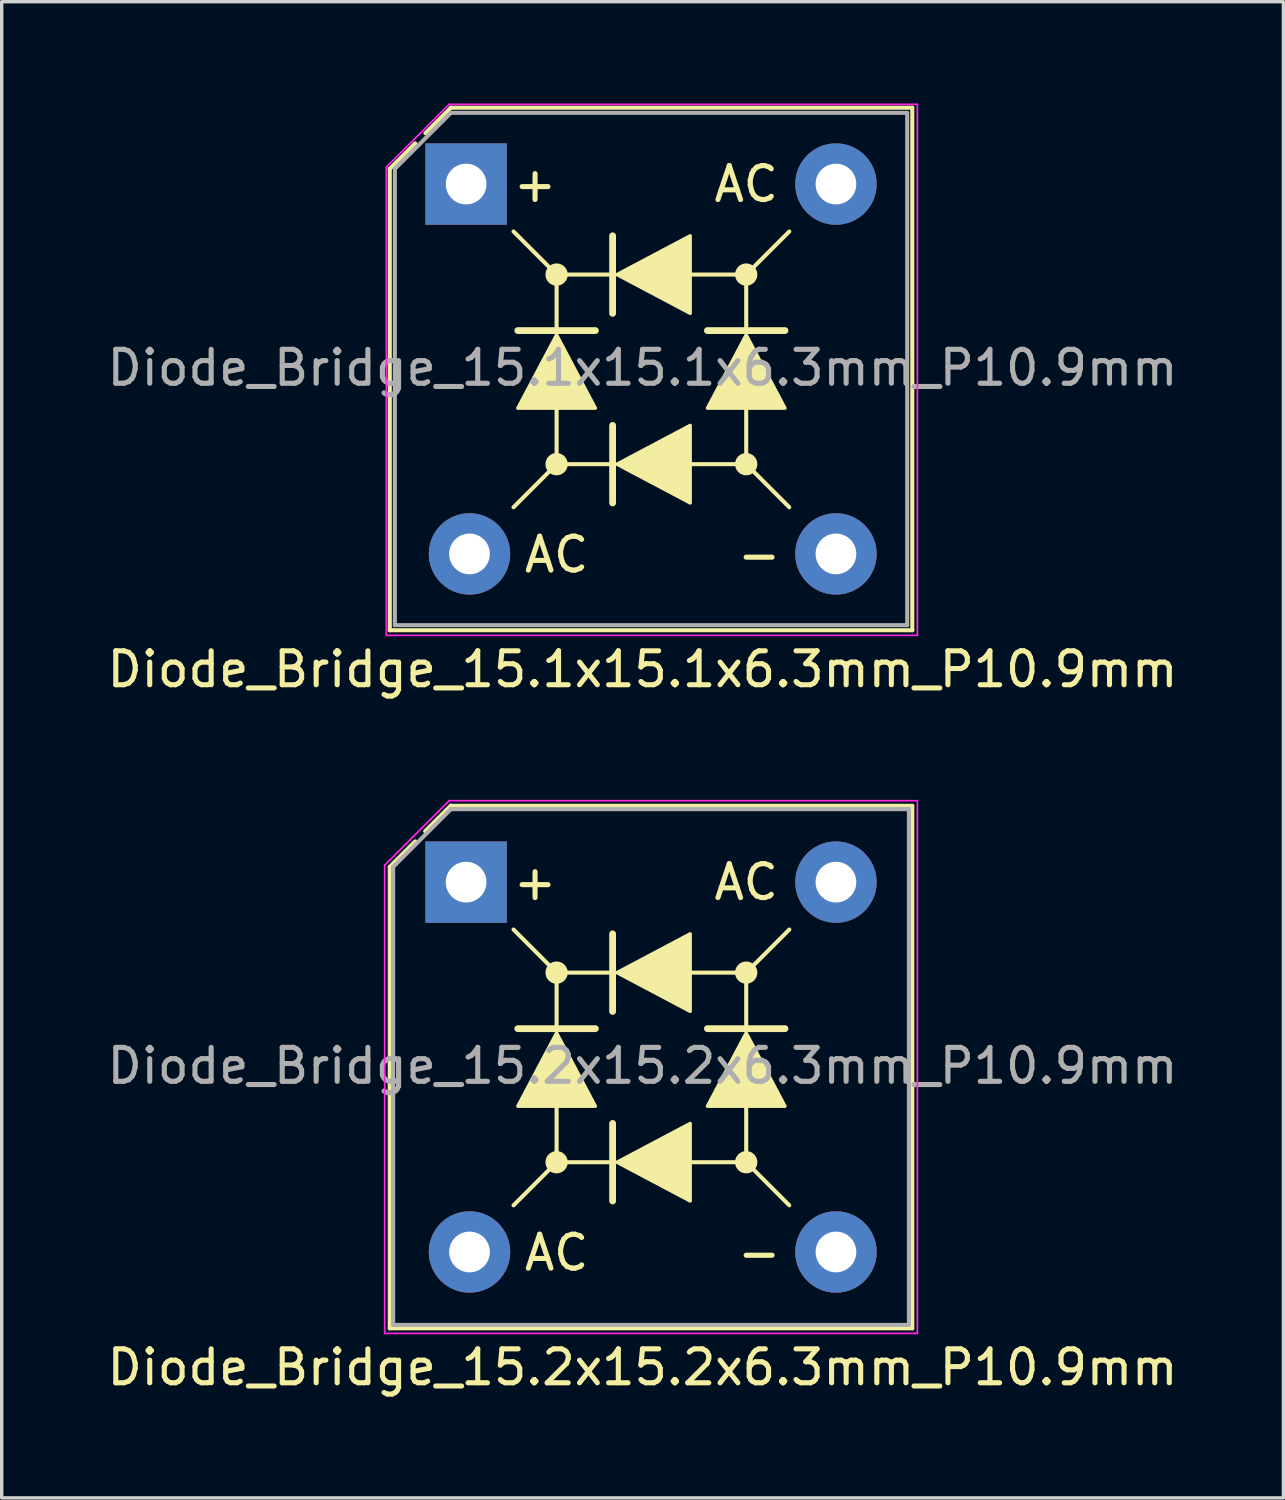
<source format=kicad_pcb>
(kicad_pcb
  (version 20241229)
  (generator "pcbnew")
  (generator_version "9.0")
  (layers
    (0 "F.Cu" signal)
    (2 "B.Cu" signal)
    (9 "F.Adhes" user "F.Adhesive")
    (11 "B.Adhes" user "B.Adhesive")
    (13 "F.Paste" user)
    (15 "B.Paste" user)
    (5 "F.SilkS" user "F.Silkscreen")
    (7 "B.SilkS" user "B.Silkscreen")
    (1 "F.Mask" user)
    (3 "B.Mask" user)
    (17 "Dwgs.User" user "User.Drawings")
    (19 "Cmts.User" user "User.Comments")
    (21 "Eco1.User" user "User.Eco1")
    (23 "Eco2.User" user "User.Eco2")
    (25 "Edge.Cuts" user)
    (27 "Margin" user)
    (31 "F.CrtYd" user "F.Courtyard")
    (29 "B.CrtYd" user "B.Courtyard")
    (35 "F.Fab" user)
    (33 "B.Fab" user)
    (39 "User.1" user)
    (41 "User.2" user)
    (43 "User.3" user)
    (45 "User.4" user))
  (footprint "Diode_Bridge_15.1x15.1x6.3mm_P10.9mm"
    (layer "F.Cu")
    (at 10.687 2.375)
    (property "Reference" "Diode_Bridge_15.1x15.1x6.3mm_P10.9mm" (at 5.2 14.3 180) (layer "F.SilkS") (effects (font (size 1 1) (thickness 0.15))))
    (attr through_hole)
    (fp_line (start -2.25 -0.45) (end -1.5 -1.2) (stroke (width 0.12) (type solid)) (layer "F.SilkS"))
    (fp_line (start -2.25 13.15) (end -2.25 -0.45) (stroke (width 0.12) (type solid)) (layer "F.SilkS"))
    (fp_line (start -1.2 -1.5) (end -0.45 -2.25) (stroke (width 0.12) (type solid)) (layer "F.SilkS"))
    (fp_line (start -0.45 -2.25) (end 13.15 -2.25) (stroke (width 0.12) (type solid)) (layer "F.SilkS"))
    (fp_line (start 1.397 1.397) (end 2.667 2.667) (stroke (width 0.12) (type solid)) (layer "F.SilkS"))
    (fp_line (start 1.397 9.525) (end 2.667 8.255) (stroke (width 0.12) (type solid)) (layer "F.SilkS"))
    (fp_line (start 2.667 4.318) (end 1.524 4.318) (stroke (width 0.2) (type solid)) (layer "F.SilkS"))
    (fp_line (start 2.667 4.318) (end 2.667 2.667) (stroke (width 0.12) (type solid)) (layer "F.SilkS"))
    (fp_line (start 2.667 8.255) (end 2.667 6.604) (stroke (width 0.12) (type solid)) (layer "F.SilkS"))
    (fp_line (start 3.81 4.318) (end 2.667 4.318) (stroke (width 0.2) (type solid)) (layer "F.SilkS"))
    (fp_line (start 4.318 1.524) (end 4.318 2.667) (stroke (width 0.2) (type solid)) (layer "F.SilkS"))
    (fp_line (start 4.318 2.667) (end 2.667 2.667) (stroke (width 0.12) (type solid)) (layer "F.SilkS"))
    (fp_line (start 4.318 2.667) (end 4.318 3.81) (stroke (width 0.2) (type solid)) (layer "F.SilkS"))
    (fp_line (start 4.318 7.112) (end 4.318 8.255) (stroke (width 0.2) (type solid)) (layer "F.SilkS"))
    (fp_line (start 4.318 8.255) (end 2.667 8.255) (stroke (width 0.12) (type solid)) (layer "F.SilkS"))
    (fp_line (start 4.318 8.255) (end 4.318 9.398) (stroke (width 0.2) (type solid)) (layer "F.SilkS"))
    (fp_line (start 8.255 2.667) (end 6.604 2.667) (stroke (width 0.12) (type solid)) (layer "F.SilkS"))
    (fp_line (start 8.255 4.318) (end 7.112 4.318) (stroke (width 0.2) (type solid)) (layer "F.SilkS"))
    (fp_line (start 8.255 4.318) (end 8.255 2.667) (stroke (width 0.12) (type solid)) (layer "F.SilkS"))
    (fp_line (start 8.255 8.255) (end 6.604 8.255) (stroke (width 0.12) (type solid)) (layer "F.SilkS"))
    (fp_line (start 8.255 8.255) (end 8.255 6.604) (stroke (width 0.12) (type solid)) (layer "F.SilkS"))
    (fp_line (start 9.398 4.318) (end 8.255 4.318) (stroke (width 0.2) (type solid)) (layer "F.SilkS"))
    (fp_line (start 9.525 1.397) (end 8.255 2.667) (stroke (width 0.12) (type solid)) (layer "F.SilkS"))
    (fp_line (start 9.525 9.525) (end 8.255 8.255) (stroke (width 0.12) (type solid)) (layer "F.SilkS"))
    (fp_line (start 13.15 -2.25) (end 13.15 13.15) (stroke (width 0.12) (type solid)) (layer "F.SilkS"))
    (fp_line (start 13.15 13.15) (end -2.25 13.15) (stroke (width 0.12) (type solid)) (layer "F.SilkS"))
    (fp_circle (center 2.667 2.667) (end 2.731 2.603) (stroke (width 0.12) (type solid)) (fill no) (layer "F.SilkS"))
    (fp_circle (center 2.667 2.667) (end 2.794 2.54) (stroke (width 0.12) (type solid)) (fill no) (layer "F.SilkS"))
    (fp_circle (center 2.667 2.667) (end 2.857 2.477) (stroke (width 0.12) (type solid)) (fill no) (layer "F.SilkS"))
    (fp_circle (center 2.667 8.255) (end 2.731 8.191) (stroke (width 0.12) (type solid)) (fill no) (layer "F.SilkS"))
    (fp_circle (center 2.667 8.255) (end 2.794 8.128) (stroke (width 0.12) (type solid)) (fill no) (layer "F.SilkS"))
    (fp_circle (center 2.667 8.255) (end 2.857 8.065) (stroke (width 0.12) (type solid)) (fill no) (layer "F.SilkS"))
    (fp_circle (center 8.255 2.667) (end 8.319 2.603) (stroke (width 0.12) (type solid)) (fill no) (layer "F.SilkS"))
    (fp_circle (center 8.255 2.667) (end 8.382 2.54) (stroke (width 0.12) (type solid)) (fill no) (layer "F.SilkS"))
    (fp_circle (center 8.255 2.667) (end 8.445 2.477) (stroke (width 0.12) (type solid)) (fill no) (layer "F.SilkS"))
    (fp_circle (center 8.255 8.255) (end 8.319 8.191) (stroke (width 0.12) (type solid)) (fill no) (layer "F.SilkS"))
    (fp_circle (center 8.255 8.255) (end 8.382 8.128) (stroke (width 0.12) (type solid)) (fill no) (layer "F.SilkS"))
    (fp_circle (center 8.255 8.255) (end 8.445 8.065) (stroke (width 0.12) (type solid)) (fill no) (layer "F.SilkS"))
    (fp_poly (pts (xy 3.81 6.604) (xy 1.524 6.604) (xy 2.667 4.445)) (stroke (width 0.1) (type solid)) (fill yes) (layer "F.SilkS"))
    (fp_poly (pts (xy 6.604 1.524) (xy 6.604 3.81) (xy 4.445 2.667)) (stroke (width 0.1) (type solid)) (fill yes) (layer "F.SilkS"))
    (fp_poly (pts (xy 6.604 7.112) (xy 6.604 9.398) (xy 4.445 8.255)) (stroke (width 0.1) (type solid)) (fill yes) (layer "F.SilkS"))
    (fp_poly (pts (xy 9.398 6.604) (xy 7.112 6.604) (xy 8.255 4.445)) (stroke (width 0.1) (type solid)) (fill yes) (layer "F.SilkS"))
    (fp_line (start -2.35 -0.5) (end -0.5 -2.35) (stroke (width 0.05) (type solid)) (layer "F.CrtYd"))
    (fp_line (start -2.35 13.3) (end -2.35 -0.5) (stroke (width 0.05) (type solid)) (layer "F.CrtYd"))
    (fp_line (start -0.5 -2.35) (end 13.3 -2.35) (stroke (width 0.05) (type solid)) (layer "F.CrtYd"))
    (fp_line (start 13.3 -2.35) (end 13.3 13.3) (stroke (width 0.05) (type solid)) (layer "F.CrtYd"))
    (fp_line (start 13.3 13.3) (end -2.35 13.3) (stroke (width 0.05) (type solid)) (layer "F.CrtYd"))
    (fp_line (start -2.1 -0.45) (end -0.45 -2.1) (stroke (width 0.12) (type solid)) (layer "F.Fab"))
    (fp_line (start -2.1 13) (end -2.1 -0.45) (stroke (width 0.12) (type solid)) (layer "F.Fab"))
    (fp_line (start -0.45 -2.1) (end 13 -2.1) (stroke (width 0.12) (type solid)) (layer "F.Fab"))
    (fp_line (start 13 -2.1) (end 13 13) (stroke (width 0.12) (type solid)) (layer "F.Fab"))
    (fp_line (start 13 13) (end -2.1 13) (stroke (width 0.12) (type solid)) (layer "F.Fab"))
    (fp_text user "+" (at 2.032 0 0) (layer "F.SilkS") (effects (font (size 1 1) (thickness 0.15))))
    (fp_text user "AC" (at 2.667 10.922 0) (layer "F.SilkS") (effects (font (size 1 1) (thickness 0.15))))
    (fp_text user "-" (at 8.636 10.922 0) (layer "F.SilkS") (effects (font (size 1 1) (thickness 0.15))))
    (fp_text user "AC" (at 8.255 0 0) (layer "F.SilkS") (effects (font (size 1 1) (thickness 0.15))))
    (fp_text user "${REFERENCE}" (at 5.2 5.415 180) (layer "F.Fab") (effects (font (size 1 1) (thickness 0.15))))
    (pad "1" thru_hole rect (at 0 0 180) (size 2.4 2.4) (drill 1.2) (layers "*.Cu" "*.Mask"))
    (pad "2" thru_hole circle (at 0.1 10.9 180) (size 2.4 2.4) (drill 1.2) (layers "*.Cu" "*.Mask"))
    (pad "3" thru_hole circle (at 10.9 10.9 180) (size 2.4 2.4) (drill 1.2) (layers "*.Cu" "*.Mask"))
    (pad "4" thru_hole circle (at 10.9 0 180) (size 2.4 2.4) (drill 1.2) (layers "*.Cu" "*.Mask")))
  (footprint "Diode_Bridge_15.2x15.2x6.3mm_P10.9mm"
    (layer "F.Cu")
    (at 10.687 22.948)
    (property "Reference" "Diode_Bridge_15.2x15.2x6.3mm_P10.9mm" (at 5.2 14.3 180) (layer "F.SilkS") (effects (font (size 1 1) (thickness 0.15))))
    (attr through_hole)
    (fp_line (start -2.25 -0.45) (end -1.5 -1.2) (stroke (width 0.12) (type solid)) (layer "F.SilkS"))
    (fp_line (start -2.25 13.15) (end -2.25 -0.45) (stroke (width 0.12) (type solid)) (layer "F.SilkS"))
    (fp_line (start -1.2 -1.5) (end -0.45 -2.25) (stroke (width 0.12) (type solid)) (layer "F.SilkS"))
    (fp_line (start -1.2 -1.5) (end -0.45 -2.25) (stroke (width 0.12) (type solid)) (layer "F.SilkS"))
    (fp_line (start -0.45 -2.25) (end 13.15 -2.25) (stroke (width 0.12) (type solid)) (layer "F.SilkS"))
    (fp_line (start 1.397 1.397) (end 2.667 2.667) (stroke (width 0.12) (type solid)) (layer "F.SilkS"))
    (fp_line (start 1.397 9.525) (end 2.667 8.255) (stroke (width 0.12) (type solid)) (layer "F.SilkS"))
    (fp_line (start 2.667 4.318) (end 1.524 4.318) (stroke (width 0.2) (type solid)) (layer "F.SilkS"))
    (fp_line (start 2.667 4.318) (end 2.667 2.667) (stroke (width 0.12) (type solid)) (layer "F.SilkS"))
    (fp_line (start 2.667 8.255) (end 2.667 6.604) (stroke (width 0.12) (type solid)) (layer "F.SilkS"))
    (fp_line (start 3.81 4.318) (end 2.667 4.318) (stroke (width 0.2) (type solid)) (layer "F.SilkS"))
    (fp_line (start 4.318 1.524) (end 4.318 2.667) (stroke (width 0.2) (type solid)) (layer "F.SilkS"))
    (fp_line (start 4.318 2.667) (end 2.667 2.667) (stroke (width 0.12) (type solid)) (layer "F.SilkS"))
    (fp_line (start 4.318 2.667) (end 4.318 3.81) (stroke (width 0.2) (type solid)) (layer "F.SilkS"))
    (fp_line (start 4.318 7.112) (end 4.318 8.255) (stroke (width 0.2) (type solid)) (layer "F.SilkS"))
    (fp_line (start 4.318 8.255) (end 2.667 8.255) (stroke (width 0.12) (type solid)) (layer "F.SilkS"))
    (fp_line (start 4.318 8.255) (end 4.318 9.398) (stroke (width 0.2) (type solid)) (layer "F.SilkS"))
    (fp_line (start 8.255 2.667) (end 6.604 2.667) (stroke (width 0.12) (type solid)) (layer "F.SilkS"))
    (fp_line (start 8.255 4.318) (end 7.112 4.318) (stroke (width 0.2) (type solid)) (layer "F.SilkS"))
    (fp_line (start 8.255 4.318) (end 8.255 2.667) (stroke (width 0.12) (type solid)) (layer "F.SilkS"))
    (fp_line (start 8.255 8.255) (end 6.604 8.255) (stroke (width 0.12) (type solid)) (layer "F.SilkS"))
    (fp_line (start 8.255 8.255) (end 8.255 6.604) (stroke (width 0.12) (type solid)) (layer "F.SilkS"))
    (fp_line (start 9.398 4.318) (end 8.255 4.318) (stroke (width 0.2) (type solid)) (layer "F.SilkS"))
    (fp_line (start 9.525 1.397) (end 8.255 2.667) (stroke (width 0.12) (type solid)) (layer "F.SilkS"))
    (fp_line (start 9.525 9.525) (end 8.255 8.255) (stroke (width 0.12) (type solid)) (layer "F.SilkS"))
    (fp_line (start 13.15 -2.25) (end 13.15 13.15) (stroke (width 0.12) (type solid)) (layer "F.SilkS"))
    (fp_line (start 13.15 13.15) (end -2.25 13.15) (stroke (width 0.12) (type solid)) (layer "F.SilkS"))
    (fp_circle (center 2.667 2.667) (end 2.731 2.603) (stroke (width 0.12) (type solid)) (fill no) (layer "F.SilkS"))
    (fp_circle (center 2.667 2.667) (end 2.794 2.54) (stroke (width 0.12) (type solid)) (fill no) (layer "F.SilkS"))
    (fp_circle (center 2.667 2.667) (end 2.857 2.477) (stroke (width 0.12) (type solid)) (fill no) (layer "F.SilkS"))
    (fp_circle (center 2.667 8.255) (end 2.731 8.191) (stroke (width 0.12) (type solid)) (fill no) (layer "F.SilkS"))
    (fp_circle (center 2.667 8.255) (end 2.794 8.128) (stroke (width 0.12) (type solid)) (fill no) (layer "F.SilkS"))
    (fp_circle (center 2.667 8.255) (end 2.857 8.065) (stroke (width 0.12) (type solid)) (fill no) (layer "F.SilkS"))
    (fp_circle (center 8.255 2.667) (end 8.319 2.603) (stroke (width 0.12) (type solid)) (fill no) (layer "F.SilkS"))
    (fp_circle (center 8.255 2.667) (end 8.382 2.54) (stroke (width 0.12) (type solid)) (fill no) (layer "F.SilkS"))
    (fp_circle (center 8.255 2.667) (end 8.445 2.477) (stroke (width 0.12) (type solid)) (fill no) (layer "F.SilkS"))
    (fp_circle (center 8.255 8.255) (end 8.319 8.191) (stroke (width 0.12) (type solid)) (fill no) (layer "F.SilkS"))
    (fp_circle (center 8.255 8.255) (end 8.382 8.128) (stroke (width 0.12) (type solid)) (fill no) (layer "F.SilkS"))
    (fp_circle (center 8.255 8.255) (end 8.445 8.065) (stroke (width 0.12) (type solid)) (fill no) (layer "F.SilkS"))
    (fp_poly (pts (xy 3.81 6.604) (xy 1.524 6.604) (xy 2.667 4.445)) (stroke (width 0.1) (type solid)) (fill yes) (layer "F.SilkS"))
    (fp_poly (pts (xy 6.604 1.524) (xy 6.604 3.81) (xy 4.445 2.667)) (stroke (width 0.1) (type solid)) (fill yes) (layer "F.SilkS"))
    (fp_poly (pts (xy 6.604 7.112) (xy 6.604 9.398) (xy 4.445 8.255)) (stroke (width 0.1) (type solid)) (fill yes) (layer "F.SilkS"))
    (fp_poly (pts (xy 9.398 6.604) (xy 7.112 6.604) (xy 8.255 4.445)) (stroke (width 0.1) (type solid)) (fill yes) (layer "F.SilkS"))
    (fp_line (start -2.4 -0.5) (end -0.5 -2.4) (stroke (width 0.05) (type solid)) (layer "F.CrtYd"))
    (fp_line (start -2.4 13.3) (end -2.4 -0.5) (stroke (width 0.05) (type solid)) (layer "F.CrtYd"))
    (fp_line (start -0.5 -2.4) (end 13.3 -2.4) (stroke (width 0.05) (type solid)) (layer "F.CrtYd"))
    (fp_line (start 13.3 -2.4) (end 13.3 13.3) (stroke (width 0.05) (type solid)) (layer "F.CrtYd"))
    (fp_line (start 13.3 13.3) (end -2.4 13.3) (stroke (width 0.05) (type solid)) (layer "F.CrtYd"))
    (fp_line (start -2.15 -0.45) (end -0.45 -2.15) (stroke (width 0.12) (type solid)) (layer "F.Fab"))
    (fp_line (start -2.15 13.05) (end -2.15 -0.45) (stroke (width 0.12) (type solid)) (layer "F.Fab"))
    (fp_line (start -0.45 -2.15) (end 13.05 -2.15) (stroke (width 0.12) (type solid)) (layer "F.Fab"))
    (fp_line (start 13.05 -2.15) (end 13.05 13.05) (stroke (width 0.12) (type solid)) (layer "F.Fab"))
    (fp_line (start 13.05 13.05) (end -2.15 13.05) (stroke (width 0.12) (type solid)) (layer "F.Fab"))
    (fp_text user "-" (at 8.636 10.922 0) (layer "F.SilkS") (effects (font (size 1 1) (thickness 0.15))))
    (fp_text user "AC" (at 8.255 0 0) (layer "F.SilkS") (effects (font (size 1 1) (thickness 0.15))))
    (fp_text user "+" (at 2.032 0 0) (layer "F.SilkS") (effects (font (size 1 1) (thickness 0.15))))
    (fp_text user "AC" (at 2.667 10.922 0) (layer "F.SilkS") (effects (font (size 1 1) (thickness 0.15))))
    (fp_text user "${REFERENCE}" (at 5.2 5.415 180) (layer "F.Fab") (effects (font (size 1 1) (thickness 0.15))))
    (pad "1" thru_hole rect (at 0 0 180) (size 2.4 2.4) (drill 1.2) (layers "*.Cu" "*.Mask"))
    (pad "2" thru_hole circle (at 0.1 10.9 180) (size 2.4 2.4) (drill 1.2) (layers "*.Cu" "*.Mask"))
    (pad "3" thru_hole circle (at 10.9 10.9 180) (size 2.4 2.4) (drill 1.2) (layers "*.Cu" "*.Mask"))
    (pad "4" thru_hole circle (at 10.9 0 180) (size 2.4 2.4) (drill 1.2) (layers "*.Cu" "*.Mask")))
  (gr_rect
    (start -3 -3)
    (end 34.774 41.096)
    (stroke (width 0.1) (type default))
    (fill no)
    (layer "Edge.Cuts")))
</source>
